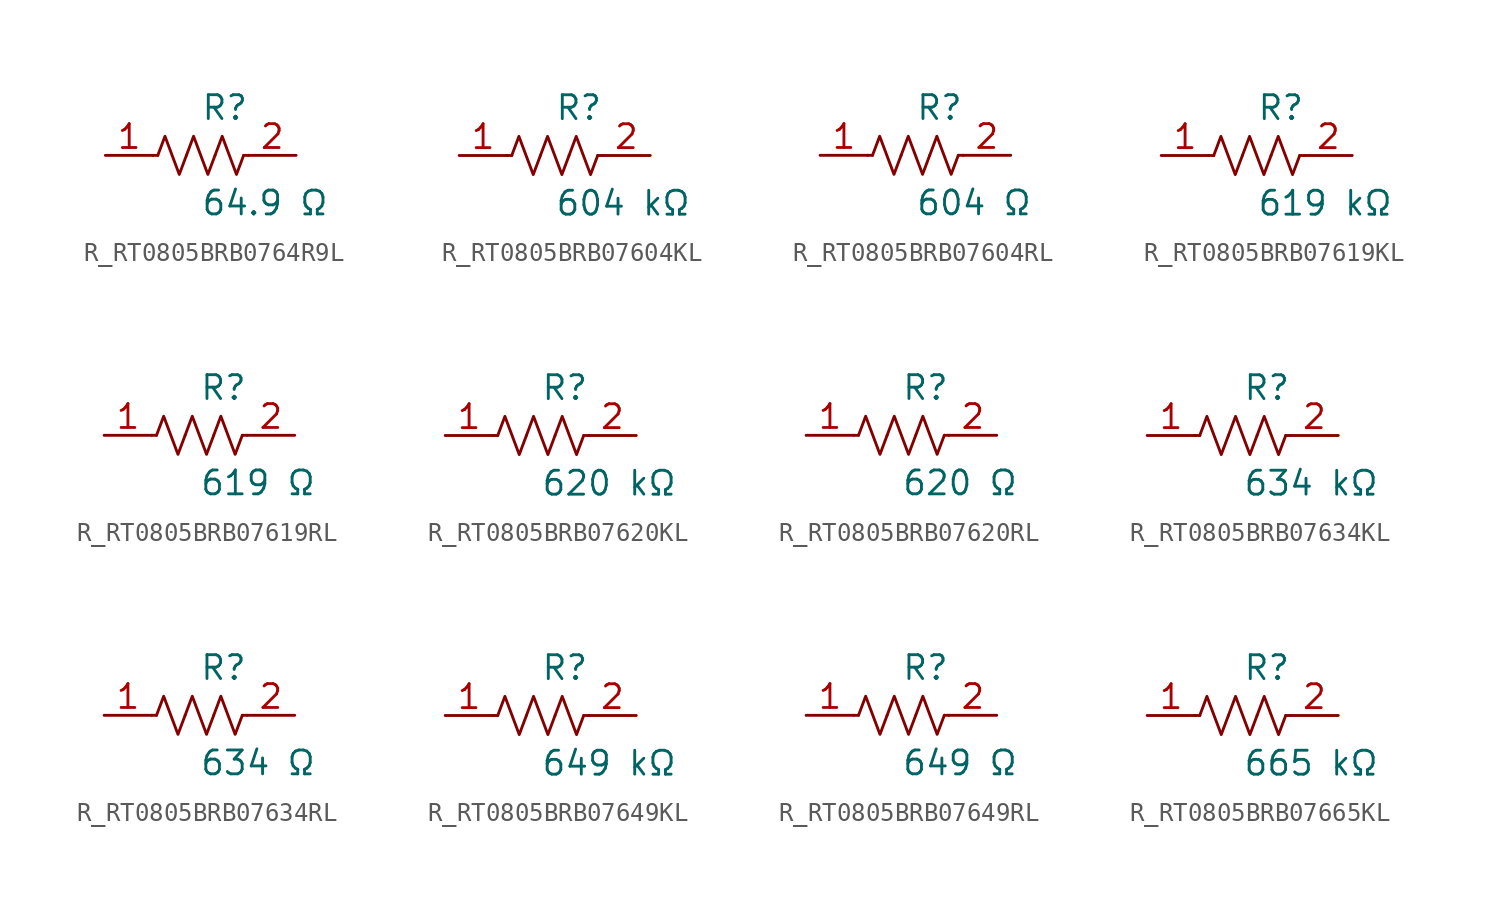
<source format=kicad_sym>
(kicad_symbol_lib
  (version 20231120)
  (generator kicad_symbol_editor)
  (generator_version 8.0)
  (symbol "R_RT0805BRB0764R9L"
    (pin_names
      (offset 0.254))
    (property "Reference" "R"
      (at 0 2.54 0)
      (effects (font (size 1.27 1.27)) (justify left)))
    (property "Value" "64.9 Ω"
      (at 0 -2.54 0)
      (effects (font (size 1.27 1.27)) (justify left)))
    (symbol "R_RT0805BRB0764R9L_0_1"
      (polyline (pts (xy 2.286 0) (xy 2.54 0)) (stroke (width 0) (type default)) (fill (type none)))
      (polyline (pts (xy -2.286 0) (xy -2.54 0)) (stroke (width 0) (type default)) (fill (type none)))
      (polyline (pts (xy 0.762 0) (xy 1.143 1.016) (xy 1.524 0) (xy 1.905 -1.016) (xy 2.286 0)) (stroke (width 0) (type default)) (fill (type none)))
      (polyline (pts (xy -0.762 0) (xy -0.381 1.016) (xy 0 0) (xy 0.381 -1.016) (xy 0.762 0)) (stroke (width 0) (type default)) (fill (type none)))
      (polyline (pts (xy -2.286 0) (xy -1.905 1.016) (xy -1.524 0) (xy -1.143 -1.016) (xy -0.762 0)) (stroke (width 0) (type default)) (fill (type none))))
    (pin unspecified line
      (at -5.08 0 0)
      (length 2.54)
      (name "" (effects (font (size 1.27 1.27))))
      (number "1" (effects (font (size 1.27 1.27)))))
    (pin unspecified line
      (at 5.08 0 180)
      (length 2.54)
      (name "" (effects (font (size 1.27 1.27))))
      (number "2" (effects (font (size 1.27 1.27))))))
  (symbol "R_RT0805BRB07604KL"
    (pin_names
      (offset 0.254))
    (property "Reference" "R"
      (at 0 2.54 0)
      (effects (font (size 1.27 1.27)) (justify left)))
    (property "Value" "604 kΩ"
      (at 0 -2.54 0)
      (effects (font (size 1.27 1.27)) (justify left)))
    (symbol "R_RT0805BRB07604KL_0_1"
      (polyline (pts (xy 2.286 0) (xy 2.54 0)) (stroke (width 0) (type default)) (fill (type none)))
      (polyline (pts (xy -2.286 0) (xy -2.54 0)) (stroke (width 0) (type default)) (fill (type none)))
      (polyline (pts (xy 0.762 0) (xy 1.143 1.016) (xy 1.524 0) (xy 1.905 -1.016) (xy 2.286 0)) (stroke (width 0) (type default)) (fill (type none)))
      (polyline (pts (xy -0.762 0) (xy -0.381 1.016) (xy 0 0) (xy 0.381 -1.016) (xy 0.762 0)) (stroke (width 0) (type default)) (fill (type none)))
      (polyline (pts (xy -2.286 0) (xy -1.905 1.016) (xy -1.524 0) (xy -1.143 -1.016) (xy -0.762 0)) (stroke (width 0) (type default)) (fill (type none))))
    (pin unspecified line
      (at -5.08 0 0)
      (length 2.54)
      (name "" (effects (font (size 1.27 1.27))))
      (number "1" (effects (font (size 1.27 1.27)))))
    (pin unspecified line
      (at 5.08 0 180)
      (length 2.54)
      (name "" (effects (font (size 1.27 1.27))))
      (number "2" (effects (font (size 1.27 1.27))))))
  (symbol "R_RT0805BRB07604RL"
    (pin_names
      (offset 0.254))
    (property "Reference" "R"
      (at 0 2.54 0)
      (effects (font (size 1.27 1.27)) (justify left)))
    (property "Value" "604 Ω"
      (at 0 -2.54 0)
      (effects (font (size 1.27 1.27)) (justify left)))
    (symbol "R_RT0805BRB07604RL_0_1"
      (polyline (pts (xy 2.286 0) (xy 2.54 0)) (stroke (width 0) (type default)) (fill (type none)))
      (polyline (pts (xy -2.286 0) (xy -2.54 0)) (stroke (width 0) (type default)) (fill (type none)))
      (polyline (pts (xy 0.762 0) (xy 1.143 1.016) (xy 1.524 0) (xy 1.905 -1.016) (xy 2.286 0)) (stroke (width 0) (type default)) (fill (type none)))
      (polyline (pts (xy -0.762 0) (xy -0.381 1.016) (xy 0 0) (xy 0.381 -1.016) (xy 0.762 0)) (stroke (width 0) (type default)) (fill (type none)))
      (polyline (pts (xy -2.286 0) (xy -1.905 1.016) (xy -1.524 0) (xy -1.143 -1.016) (xy -0.762 0)) (stroke (width 0) (type default)) (fill (type none))))
    (pin unspecified line
      (at -5.08 0 0)
      (length 2.54)
      (name "" (effects (font (size 1.27 1.27))))
      (number "1" (effects (font (size 1.27 1.27)))))
    (pin unspecified line
      (at 5.08 0 180)
      (length 2.54)
      (name "" (effects (font (size 1.27 1.27))))
      (number "2" (effects (font (size 1.27 1.27))))))
  (symbol "R_RT0805BRB07619KL"
    (pin_names
      (offset 0.254))
    (property "Reference" "R"
      (at 0 2.54 0)
      (effects (font (size 1.27 1.27)) (justify left)))
    (property "Value" "619 kΩ"
      (at 0 -2.54 0)
      (effects (font (size 1.27 1.27)) (justify left)))
    (symbol "R_RT0805BRB07619KL_0_1"
      (polyline (pts (xy 2.286 0) (xy 2.54 0)) (stroke (width 0) (type default)) (fill (type none)))
      (polyline (pts (xy -2.286 0) (xy -2.54 0)) (stroke (width 0) (type default)) (fill (type none)))
      (polyline (pts (xy 0.762 0) (xy 1.143 1.016) (xy 1.524 0) (xy 1.905 -1.016) (xy 2.286 0)) (stroke (width 0) (type default)) (fill (type none)))
      (polyline (pts (xy -0.762 0) (xy -0.381 1.016) (xy 0 0) (xy 0.381 -1.016) (xy 0.762 0)) (stroke (width 0) (type default)) (fill (type none)))
      (polyline (pts (xy -2.286 0) (xy -1.905 1.016) (xy -1.524 0) (xy -1.143 -1.016) (xy -0.762 0)) (stroke (width 0) (type default)) (fill (type none))))
    (pin unspecified line
      (at -5.08 0 0)
      (length 2.54)
      (name "" (effects (font (size 1.27 1.27))))
      (number "1" (effects (font (size 1.27 1.27)))))
    (pin unspecified line
      (at 5.08 0 180)
      (length 2.54)
      (name "" (effects (font (size 1.27 1.27))))
      (number "2" (effects (font (size 1.27 1.27))))))
  (symbol "R_RT0805BRB07619RL"
    (pin_names
      (offset 0.254))
    (property "Reference" "R"
      (at 0 2.54 0)
      (effects (font (size 1.27 1.27)) (justify left)))
    (property "Value" "619 Ω"
      (at 0 -2.54 0)
      (effects (font (size 1.27 1.27)) (justify left)))
    (symbol "R_RT0805BRB07619RL_0_1"
      (polyline (pts (xy 2.286 0) (xy 2.54 0)) (stroke (width 0) (type default)) (fill (type none)))
      (polyline (pts (xy -2.286 0) (xy -2.54 0)) (stroke (width 0) (type default)) (fill (type none)))
      (polyline (pts (xy 0.762 0) (xy 1.143 1.016) (xy 1.524 0) (xy 1.905 -1.016) (xy 2.286 0)) (stroke (width 0) (type default)) (fill (type none)))
      (polyline (pts (xy -0.762 0) (xy -0.381 1.016) (xy 0 0) (xy 0.381 -1.016) (xy 0.762 0)) (stroke (width 0) (type default)) (fill (type none)))
      (polyline (pts (xy -2.286 0) (xy -1.905 1.016) (xy -1.524 0) (xy -1.143 -1.016) (xy -0.762 0)) (stroke (width 0) (type default)) (fill (type none))))
    (pin unspecified line
      (at -5.08 0 0)
      (length 2.54)
      (name "" (effects (font (size 1.27 1.27))))
      (number "1" (effects (font (size 1.27 1.27)))))
    (pin unspecified line
      (at 5.08 0 180)
      (length 2.54)
      (name "" (effects (font (size 1.27 1.27))))
      (number "2" (effects (font (size 1.27 1.27))))))
  (symbol "R_RT0805BRB07620KL"
    (pin_names
      (offset 0.254))
    (property "Reference" "R"
      (at 0 2.54 0)
      (effects (font (size 1.27 1.27)) (justify left)))
    (property "Value" "620 kΩ"
      (at 0 -2.54 0)
      (effects (font (size 1.27 1.27)) (justify left)))
    (symbol "R_RT0805BRB07620KL_0_1"
      (polyline (pts (xy 2.286 0) (xy 2.54 0)) (stroke (width 0) (type default)) (fill (type none)))
      (polyline (pts (xy -2.286 0) (xy -2.54 0)) (stroke (width 0) (type default)) (fill (type none)))
      (polyline (pts (xy 0.762 0) (xy 1.143 1.016) (xy 1.524 0) (xy 1.905 -1.016) (xy 2.286 0)) (stroke (width 0) (type default)) (fill (type none)))
      (polyline (pts (xy -0.762 0) (xy -0.381 1.016) (xy 0 0) (xy 0.381 -1.016) (xy 0.762 0)) (stroke (width 0) (type default)) (fill (type none)))
      (polyline (pts (xy -2.286 0) (xy -1.905 1.016) (xy -1.524 0) (xy -1.143 -1.016) (xy -0.762 0)) (stroke (width 0) (type default)) (fill (type none))))
    (pin unspecified line
      (at -5.08 0 0)
      (length 2.54)
      (name "" (effects (font (size 1.27 1.27))))
      (number "1" (effects (font (size 1.27 1.27)))))
    (pin unspecified line
      (at 5.08 0 180)
      (length 2.54)
      (name "" (effects (font (size 1.27 1.27))))
      (number "2" (effects (font (size 1.27 1.27))))))
  (symbol "R_RT0805BRB07620RL"
    (pin_names
      (offset 0.254))
    (property "Reference" "R"
      (at 0 2.54 0)
      (effects (font (size 1.27 1.27)) (justify left)))
    (property "Value" "620 Ω"
      (at 0 -2.54 0)
      (effects (font (size 1.27 1.27)) (justify left)))
    (symbol "R_RT0805BRB07620RL_0_1"
      (polyline (pts (xy 2.286 0) (xy 2.54 0)) (stroke (width 0) (type default)) (fill (type none)))
      (polyline (pts (xy -2.286 0) (xy -2.54 0)) (stroke (width 0) (type default)) (fill (type none)))
      (polyline (pts (xy 0.762 0) (xy 1.143 1.016) (xy 1.524 0) (xy 1.905 -1.016) (xy 2.286 0)) (stroke (width 0) (type default)) (fill (type none)))
      (polyline (pts (xy -0.762 0) (xy -0.381 1.016) (xy 0 0) (xy 0.381 -1.016) (xy 0.762 0)) (stroke (width 0) (type default)) (fill (type none)))
      (polyline (pts (xy -2.286 0) (xy -1.905 1.016) (xy -1.524 0) (xy -1.143 -1.016) (xy -0.762 0)) (stroke (width 0) (type default)) (fill (type none))))
    (pin unspecified line
      (at -5.08 0 0)
      (length 2.54)
      (name "" (effects (font (size 1.27 1.27))))
      (number "1" (effects (font (size 1.27 1.27)))))
    (pin unspecified line
      (at 5.08 0 180)
      (length 2.54)
      (name "" (effects (font (size 1.27 1.27))))
      (number "2" (effects (font (size 1.27 1.27))))))
  (symbol "R_RT0805BRB07634KL"
    (pin_names
      (offset 0.254))
    (property "Reference" "R"
      (at 0 2.54 0)
      (effects (font (size 1.27 1.27)) (justify left)))
    (property "Value" "634 kΩ"
      (at 0 -2.54 0)
      (effects (font (size 1.27 1.27)) (justify left)))
    (symbol "R_RT0805BRB07634KL_0_1"
      (polyline (pts (xy 2.286 0) (xy 2.54 0)) (stroke (width 0) (type default)) (fill (type none)))
      (polyline (pts (xy -2.286 0) (xy -2.54 0)) (stroke (width 0) (type default)) (fill (type none)))
      (polyline (pts (xy 0.762 0) (xy 1.143 1.016) (xy 1.524 0) (xy 1.905 -1.016) (xy 2.286 0)) (stroke (width 0) (type default)) (fill (type none)))
      (polyline (pts (xy -0.762 0) (xy -0.381 1.016) (xy 0 0) (xy 0.381 -1.016) (xy 0.762 0)) (stroke (width 0) (type default)) (fill (type none)))
      (polyline (pts (xy -2.286 0) (xy -1.905 1.016) (xy -1.524 0) (xy -1.143 -1.016) (xy -0.762 0)) (stroke (width 0) (type default)) (fill (type none))))
    (pin unspecified line
      (at -5.08 0 0)
      (length 2.54)
      (name "" (effects (font (size 1.27 1.27))))
      (number "1" (effects (font (size 1.27 1.27)))))
    (pin unspecified line
      (at 5.08 0 180)
      (length 2.54)
      (name "" (effects (font (size 1.27 1.27))))
      (number "2" (effects (font (size 1.27 1.27))))))
  (symbol "R_RT0805BRB07634RL"
    (pin_names
      (offset 0.254))
    (property "Reference" "R"
      (at 0 2.54 0)
      (effects (font (size 1.27 1.27)) (justify left)))
    (property "Value" "634 Ω"
      (at 0 -2.54 0)
      (effects (font (size 1.27 1.27)) (justify left)))
    (symbol "R_RT0805BRB07634RL_0_1"
      (polyline (pts (xy 2.286 0) (xy 2.54 0)) (stroke (width 0) (type default)) (fill (type none)))
      (polyline (pts (xy -2.286 0) (xy -2.54 0)) (stroke (width 0) (type default)) (fill (type none)))
      (polyline (pts (xy 0.762 0) (xy 1.143 1.016) (xy 1.524 0) (xy 1.905 -1.016) (xy 2.286 0)) (stroke (width 0) (type default)) (fill (type none)))
      (polyline (pts (xy -0.762 0) (xy -0.381 1.016) (xy 0 0) (xy 0.381 -1.016) (xy 0.762 0)) (stroke (width 0) (type default)) (fill (type none)))
      (polyline (pts (xy -2.286 0) (xy -1.905 1.016) (xy -1.524 0) (xy -1.143 -1.016) (xy -0.762 0)) (stroke (width 0) (type default)) (fill (type none))))
    (pin unspecified line
      (at -5.08 0 0)
      (length 2.54)
      (name "" (effects (font (size 1.27 1.27))))
      (number "1" (effects (font (size 1.27 1.27)))))
    (pin unspecified line
      (at 5.08 0 180)
      (length 2.54)
      (name "" (effects (font (size 1.27 1.27))))
      (number "2" (effects (font (size 1.27 1.27))))))
  (symbol "R_RT0805BRB07649KL"
    (pin_names
      (offset 0.254))
    (property "Reference" "R"
      (at 0 2.54 0)
      (effects (font (size 1.27 1.27)) (justify left)))
    (property "Value" "649 kΩ"
      (at 0 -2.54 0)
      (effects (font (size 1.27 1.27)) (justify left)))
    (symbol "R_RT0805BRB07649KL_0_1"
      (polyline (pts (xy 2.286 0) (xy 2.54 0)) (stroke (width 0) (type default)) (fill (type none)))
      (polyline (pts (xy -2.286 0) (xy -2.54 0)) (stroke (width 0) (type default)) (fill (type none)))
      (polyline (pts (xy 0.762 0) (xy 1.143 1.016) (xy 1.524 0) (xy 1.905 -1.016) (xy 2.286 0)) (stroke (width 0) (type default)) (fill (type none)))
      (polyline (pts (xy -0.762 0) (xy -0.381 1.016) (xy 0 0) (xy 0.381 -1.016) (xy 0.762 0)) (stroke (width 0) (type default)) (fill (type none)))
      (polyline (pts (xy -2.286 0) (xy -1.905 1.016) (xy -1.524 0) (xy -1.143 -1.016) (xy -0.762 0)) (stroke (width 0) (type default)) (fill (type none))))
    (pin unspecified line
      (at -5.08 0 0)
      (length 2.54)
      (name "" (effects (font (size 1.27 1.27))))
      (number "1" (effects (font (size 1.27 1.27)))))
    (pin unspecified line
      (at 5.08 0 180)
      (length 2.54)
      (name "" (effects (font (size 1.27 1.27))))
      (number "2" (effects (font (size 1.27 1.27))))))
  (symbol "R_RT0805BRB07649RL"
    (pin_names
      (offset 0.254))
    (property "Reference" "R"
      (at 0 2.54 0)
      (effects (font (size 1.27 1.27)) (justify left)))
    (property "Value" "649 Ω"
      (at 0 -2.54 0)
      (effects (font (size 1.27 1.27)) (justify left)))
    (symbol "R_RT0805BRB07649RL_0_1"
      (polyline (pts (xy 2.286 0) (xy 2.54 0)) (stroke (width 0) (type default)) (fill (type none)))
      (polyline (pts (xy -2.286 0) (xy -2.54 0)) (stroke (width 0) (type default)) (fill (type none)))
      (polyline (pts (xy 0.762 0) (xy 1.143 1.016) (xy 1.524 0) (xy 1.905 -1.016) (xy 2.286 0)) (stroke (width 0) (type default)) (fill (type none)))
      (polyline (pts (xy -0.762 0) (xy -0.381 1.016) (xy 0 0) (xy 0.381 -1.016) (xy 0.762 0)) (stroke (width 0) (type default)) (fill (type none)))
      (polyline (pts (xy -2.286 0) (xy -1.905 1.016) (xy -1.524 0) (xy -1.143 -1.016) (xy -0.762 0)) (stroke (width 0) (type default)) (fill (type none))))
    (pin unspecified line
      (at -5.08 0 0)
      (length 2.54)
      (name "" (effects (font (size 1.27 1.27))))
      (number "1" (effects (font (size 1.27 1.27)))))
    (pin unspecified line
      (at 5.08 0 180)
      (length 2.54)
      (name "" (effects (font (size 1.27 1.27))))
      (number "2" (effects (font (size 1.27 1.27))))))
  (symbol "R_RT0805BRB07665KL"
    (pin_names
      (offset 0.254))
    (property "Reference" "R"
      (at 0 2.54 0)
      (effects (font (size 1.27 1.27)) (justify left)))
    (property "Value" "665 kΩ"
      (at 0 -2.54 0)
      (effects (font (size 1.27 1.27)) (justify left)))
    (symbol "R_RT0805BRB07665KL_0_1"
      (polyline (pts (xy 2.286 0) (xy 2.54 0)) (stroke (width 0) (type default)) (fill (type none)))
      (polyline (pts (xy -2.286 0) (xy -2.54 0)) (stroke (width 0) (type default)) (fill (type none)))
      (polyline (pts (xy 0.762 0) (xy 1.143 1.016) (xy 1.524 0) (xy 1.905 -1.016) (xy 2.286 0)) (stroke (width 0) (type default)) (fill (type none)))
      (polyline (pts (xy -0.762 0) (xy -0.381 1.016) (xy 0 0) (xy 0.381 -1.016) (xy 0.762 0)) (stroke (width 0) (type default)) (fill (type none)))
      (polyline (pts (xy -2.286 0) (xy -1.905 1.016) (xy -1.524 0) (xy -1.143 -1.016) (xy -0.762 0)) (stroke (width 0) (type default)) (fill (type none))))
    (pin unspecified line
      (at -5.08 0 0)
      (length 2.54)
      (name "" (effects (font (size 1.27 1.27))))
      (number "1" (effects (font (size 1.27 1.27)))))
    (pin unspecified line
      (at 5.08 0 180)
      (length 2.54)
      (name "" (effects (font (size 1.27 1.27))))
      (number "2" (effects (font (size 1.27 1.27)))))))
</source>
